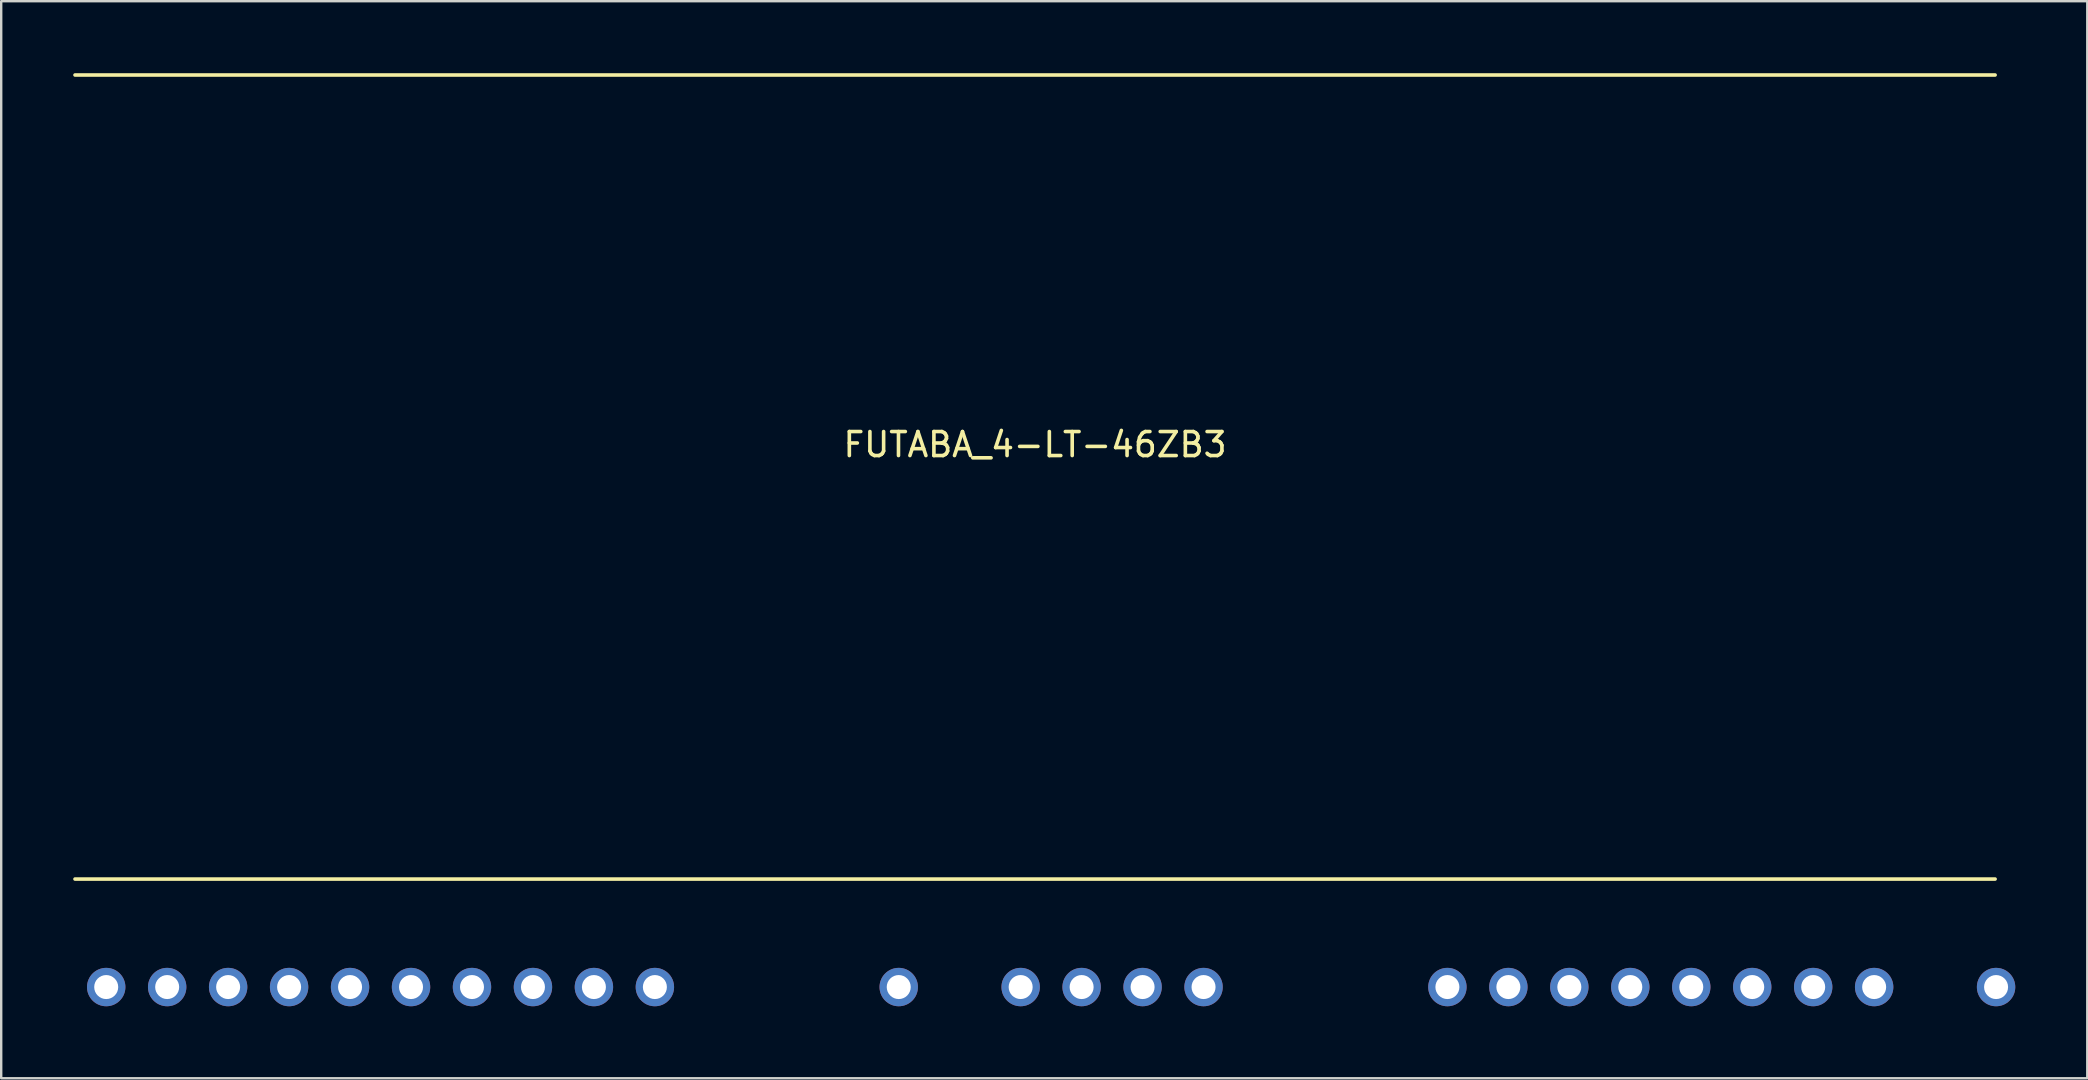
<source format=kicad_pcb>
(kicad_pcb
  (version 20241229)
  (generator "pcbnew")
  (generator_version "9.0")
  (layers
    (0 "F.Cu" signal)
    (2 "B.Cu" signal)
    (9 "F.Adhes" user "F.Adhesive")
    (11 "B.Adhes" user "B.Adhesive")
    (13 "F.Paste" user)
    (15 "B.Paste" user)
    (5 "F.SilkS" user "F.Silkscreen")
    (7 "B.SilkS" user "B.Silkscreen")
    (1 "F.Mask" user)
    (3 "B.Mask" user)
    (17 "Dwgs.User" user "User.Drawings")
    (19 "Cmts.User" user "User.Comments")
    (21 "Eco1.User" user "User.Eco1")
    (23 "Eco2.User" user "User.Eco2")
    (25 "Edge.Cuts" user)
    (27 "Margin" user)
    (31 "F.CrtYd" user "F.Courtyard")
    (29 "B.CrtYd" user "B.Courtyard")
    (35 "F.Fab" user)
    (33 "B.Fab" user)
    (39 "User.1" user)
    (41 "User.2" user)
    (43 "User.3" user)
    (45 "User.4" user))
  (footprint "FUTABA_4-LT-46ZB3"
    (layer "F.Cu")
    (at 40.075 17.075)
    (property "Reference" "FUTABA_4-LT-46ZB3" (at 0 -1.6 0) (layer "F.SilkS") (effects (font (size 1 1) (thickness 0.15))))
    (attr through_hole)
    (fp_line (start -40 -17) (end 40 -17) (stroke (width 0.15) (type solid)) (layer "F.SilkS"))
    (fp_line (start -40 16.5) (end 40 16.5) (stroke (width 0.15) (type solid)) (layer "F.SilkS"))
    (pad "1" thru_hole circle (at -38.7 21) (size 1.6 1.6) (drill 1) (layers "*.Cu" "*.Mask"))
    (pad "2" thru_hole circle (at -36.16 21) (size 1.6 1.6) (drill 1) (layers "*.Cu" "*.Mask"))
    (pad "3" thru_hole circle (at -33.62 21) (size 1.6 1.6) (drill 1) (layers "*.Cu" "*.Mask"))
    (pad "4" thru_hole circle (at -31.08 21) (size 1.6 1.6) (drill 1) (layers "*.Cu" "*.Mask"))
    (pad "5" thru_hole circle (at -28.54 21) (size 1.6 1.6) (drill 1) (layers "*.Cu" "*.Mask"))
    (pad "6" thru_hole circle (at -26 21) (size 1.6 1.6) (drill 1) (layers "*.Cu" "*.Mask"))
    (pad "7" thru_hole circle (at -23.46 21) (size 1.6 1.6) (drill 1) (layers "*.Cu" "*.Mask"))
    (pad "8" thru_hole circle (at -20.92 21) (size 1.6 1.6) (drill 1) (layers "*.Cu" "*.Mask"))
    (pad "9" thru_hole circle (at -18.38 21) (size 1.6 1.6) (drill 1) (layers "*.Cu" "*.Mask"))
    (pad "10" thru_hole circle (at -15.84 21) (size 1.6 1.6) (drill 1) (layers "*.Cu" "*.Mask"))
    (pad "14" thru_hole circle (at -5.68 21) (size 1.6 1.6) (drill 1) (layers "*.Cu" "*.Mask"))
    (pad "16" thru_hole circle (at -0.6 21) (size 1.6 1.6) (drill 1) (layers "*.Cu" "*.Mask"))
    (pad "17" thru_hole circle (at 1.94 21) (size 1.6 1.6) (drill 1) (layers "*.Cu" "*.Mask"))
    (pad "18" thru_hole circle (at 4.48 21) (size 1.6 1.6) (drill 1) (layers "*.Cu" "*.Mask"))
    (pad "19" thru_hole circle (at 7.02 21) (size 1.6 1.6) (drill 1) (layers "*.Cu" "*.Mask"))
    (pad "23" thru_hole circle (at 17.18 21) (size 1.6 1.6) (drill 1) (layers "*.Cu" "*.Mask"))
    (pad "24" thru_hole circle (at 19.72 21) (size 1.6 1.6) (drill 1) (layers "*.Cu" "*.Mask"))
    (pad "25" thru_hole circle (at 22.26 21) (size 1.6 1.6) (drill 1) (layers "*.Cu" "*.Mask"))
    (pad "26" thru_hole circle (at 24.8 21) (size 1.6 1.6) (drill 1) (layers "*.Cu" "*.Mask"))
    (pad "27" thru_hole circle (at 27.34 21) (size 1.6 1.6) (drill 1) (layers "*.Cu" "*.Mask"))
    (pad "28" thru_hole circle (at 29.88 21) (size 1.6 1.6) (drill 1) (layers "*.Cu" "*.Mask"))
    (pad "29" thru_hole circle (at 32.42 21) (size 1.6 1.6) (drill 1) (layers "*.Cu" "*.Mask"))
    (pad "30" thru_hole circle (at 34.96 21) (size 1.6 1.6) (drill 1) (layers "*.Cu" "*.Mask"))
    (pad "32" thru_hole circle (at 40.04 21) (size 1.6 1.6) (drill 1) (layers "*.Cu" "*.Mask")))
  (gr_rect
    (start -3 -3)
    (end 83.915 41.875)
    (stroke (width 0.1) (type default))
    (fill no)
    (layer "Edge.Cuts")))
</source>
